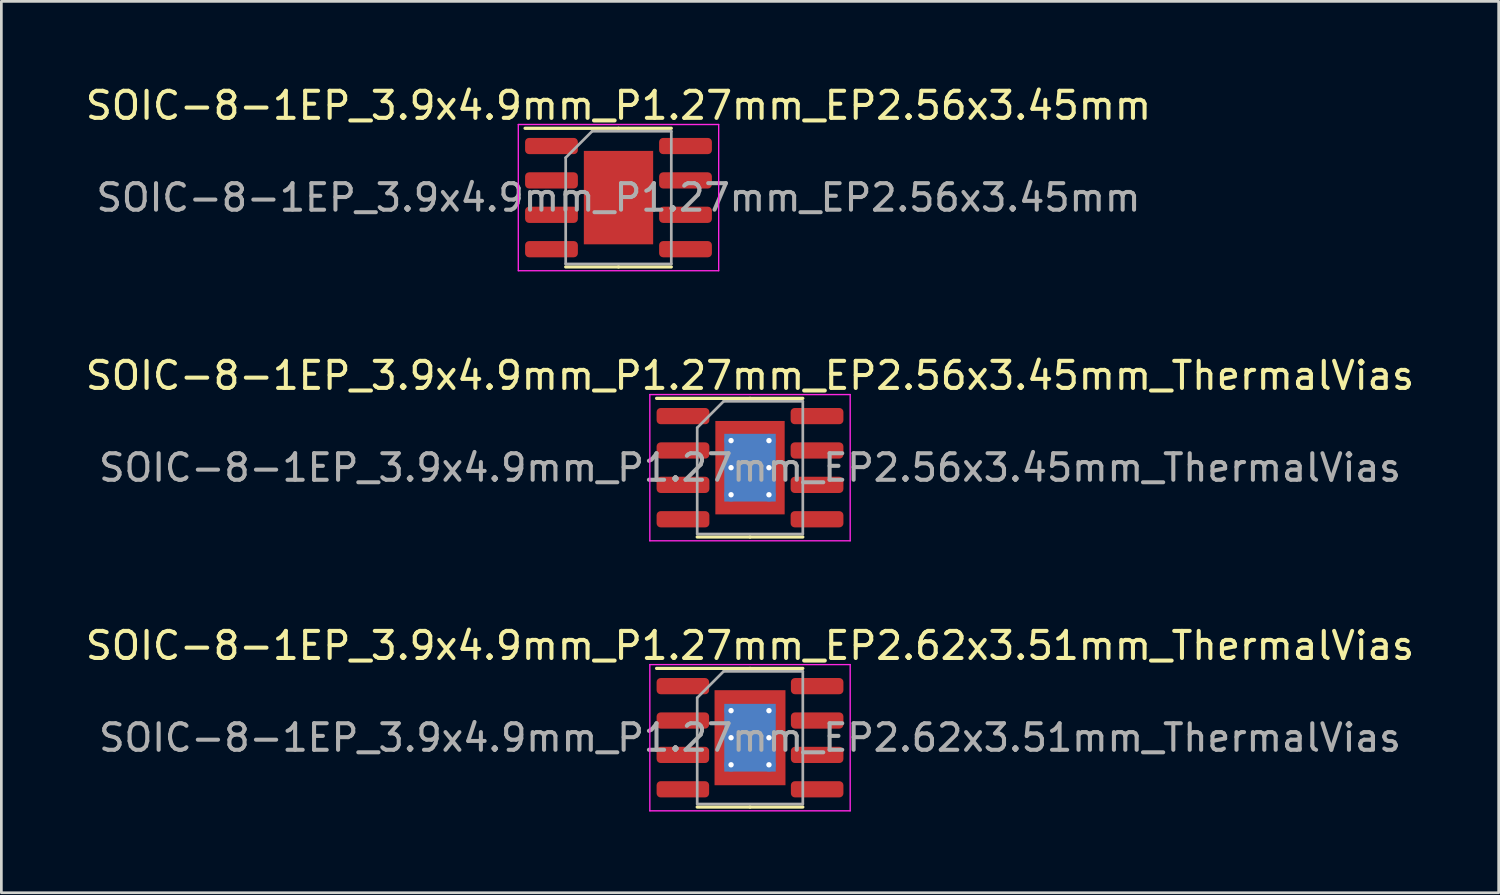
<source format=kicad_pcb>
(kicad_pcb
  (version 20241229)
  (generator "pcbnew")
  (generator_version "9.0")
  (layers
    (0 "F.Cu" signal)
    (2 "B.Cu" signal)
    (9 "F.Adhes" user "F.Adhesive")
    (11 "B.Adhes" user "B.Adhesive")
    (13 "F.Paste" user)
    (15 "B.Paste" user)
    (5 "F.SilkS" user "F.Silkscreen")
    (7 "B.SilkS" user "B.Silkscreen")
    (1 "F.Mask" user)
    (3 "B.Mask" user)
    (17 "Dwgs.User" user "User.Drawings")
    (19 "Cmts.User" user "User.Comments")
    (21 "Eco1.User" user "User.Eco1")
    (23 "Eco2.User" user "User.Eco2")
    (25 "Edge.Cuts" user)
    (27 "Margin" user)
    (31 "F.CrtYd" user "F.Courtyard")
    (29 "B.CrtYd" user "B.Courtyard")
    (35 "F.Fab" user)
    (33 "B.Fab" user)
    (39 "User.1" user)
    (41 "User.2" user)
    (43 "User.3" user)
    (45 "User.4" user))
  (footprint "SOIC-8-1EP_3.9x4.9mm_P1.27mm_EP2.56x3.45mm_ThermalVias"
    (layer "F.Cu")
    (at 24.649 14.222)
    (property "Reference" "SOIC-8-1EP_3.9x4.9mm_P1.27mm_EP2.56x3.45mm_ThermalVias" (at 0 -3.4 0) (layer "F.SilkS") (effects (font (size 1 1) (thickness 0.15))))
    (attr smd)
    (fp_line (start 0 -2.56) (end -3.45 -2.56) (stroke (width 0.12) (type solid)) (layer "F.SilkS"))
    (fp_line (start 0 -2.56) (end 1.95 -2.56) (stroke (width 0.12) (type solid)) (layer "F.SilkS"))
    (fp_line (start 0 2.56) (end -1.95 2.56) (stroke (width 0.12) (type solid)) (layer "F.SilkS"))
    (fp_line (start 0 2.56) (end 1.95 2.56) (stroke (width 0.12) (type solid)) (layer "F.SilkS"))
    (fp_line (start -3.7 -2.7) (end -3.7 2.7) (stroke (width 0.05) (type solid)) (layer "F.CrtYd"))
    (fp_line (start -3.7 2.7) (end 3.7 2.7) (stroke (width 0.05) (type solid)) (layer "F.CrtYd"))
    (fp_line (start 3.7 -2.7) (end -3.7 -2.7) (stroke (width 0.05) (type solid)) (layer "F.CrtYd"))
    (fp_line (start 3.7 2.7) (end 3.7 -2.7) (stroke (width 0.05) (type solid)) (layer "F.CrtYd"))
    (fp_line (start -1.95 -1.475) (end -0.975 -2.45) (stroke (width 0.1) (type solid)) (layer "F.Fab"))
    (fp_line (start -1.95 2.45) (end -1.95 -1.475) (stroke (width 0.1) (type solid)) (layer "F.Fab"))
    (fp_line (start -0.975 -2.45) (end 1.95 -2.45) (stroke (width 0.1) (type solid)) (layer "F.Fab"))
    (fp_line (start 1.95 -2.45) (end 1.95 2.45) (stroke (width 0.1) (type solid)) (layer "F.Fab"))
    (fp_line (start 1.95 2.45) (end -1.95 2.45) (stroke (width 0.1) (type solid)) (layer "F.Fab"))
    (fp_text user "${REFERENCE}" (at 0 0 0) (layer "F.Fab") (effects (font (size 0.98 0.98) (thickness 0.15))))
    (pad "" smd roundrect (at -0.64 -0.86) (size 1.07 1.44) (layers "F.Paste") (roundrect_rratio 0.234))
    (pad "" smd roundrect (at -0.64 0.86) (size 1.07 1.44) (layers "F.Paste") (roundrect_rratio 0.234))
    (pad "" smd roundrect (at 0.64 -0.86) (size 1.07 1.44) (layers "F.Paste") (roundrect_rratio 0.234))
    (pad "" smd roundrect (at 0.64 0.86) (size 1.07 1.44) (layers "F.Paste") (roundrect_rratio 0.234))
    (pad "1" smd roundrect (at -2.475 -1.905) (size 1.95 0.6) (layers "F.Cu" "F.Mask" "F.Paste") (roundrect_rratio 0.25))
    (pad "2" smd roundrect (at -2.475 -0.635) (size 1.95 0.6) (layers "F.Cu" "F.Mask" "F.Paste") (roundrect_rratio 0.25))
    (pad "3" smd roundrect (at -2.475 0.635) (size 1.95 0.6) (layers "F.Cu" "F.Mask" "F.Paste") (roundrect_rratio 0.25))
    (pad "4" smd roundrect (at -2.475 1.905) (size 1.95 0.6) (layers "F.Cu" "F.Mask" "F.Paste") (roundrect_rratio 0.25))
    (pad "5" smd roundrect (at 2.475 1.905) (size 1.95 0.6) (layers "F.Cu" "F.Mask" "F.Paste") (roundrect_rratio 0.25))
    (pad "6" smd roundrect (at 2.475 0.635) (size 1.95 0.6) (layers "F.Cu" "F.Mask" "F.Paste") (roundrect_rratio 0.25))
    (pad "7" smd roundrect (at 2.475 -0.635) (size 1.95 0.6) (layers "F.Cu" "F.Mask" "F.Paste") (roundrect_rratio 0.25))
    (pad "8" smd roundrect (at 2.475 -1.905) (size 1.95 0.6) (layers "F.Cu" "F.Mask" "F.Paste") (roundrect_rratio 0.25))
    (pad "9" thru_hole circle (at -0.7 -1) (size 0.5 0.5) (drill 0.2) (layers "*.Cu"))
    (pad "9" thru_hole circle (at -0.7 0) (size 0.5 0.5) (drill 0.2) (layers "*.Cu"))
    (pad "9" thru_hole circle (at -0.7 1) (size 0.5 0.5) (drill 0.2) (layers "*.Cu"))
    (pad "9" smd rect (at 0 0) (size 1.9 2.5) (layers "B.Cu"))
    (pad "9" smd rect (at 0 0) (size 2.56 3.45) (layers "F.Cu" "F.Mask"))
    (pad "9" thru_hole circle (at 0.7 -1) (size 0.5 0.5) (drill 0.2) (layers "*.Cu"))
    (pad "9" thru_hole circle (at 0.7 0) (size 0.5 0.5) (drill 0.2) (layers "*.Cu"))
    (pad "9" thru_hole circle (at 0.7 1) (size 0.5 0.5) (drill 0.2) (layers "*.Cu")))
  (footprint "SOIC-8-1EP_3.9x4.9mm_P1.27mm_EP2.56x3.45mm"
    (layer "F.Cu")
    (at 19.792 4.248)
    (property "Reference" "SOIC-8-1EP_3.9x4.9mm_P1.27mm_EP2.56x3.45mm" (at 0 -3.4 0) (layer "F.SilkS") (effects (font (size 1 1) (thickness 0.15))))
    (attr smd)
    (fp_line (start 0 -2.56) (end -3.45 -2.56) (stroke (width 0.12) (type solid)) (layer "F.SilkS"))
    (fp_line (start 0 -2.56) (end 1.95 -2.56) (stroke (width 0.12) (type solid)) (layer "F.SilkS"))
    (fp_line (start 0 2.56) (end -1.95 2.56) (stroke (width 0.12) (type solid)) (layer "F.SilkS"))
    (fp_line (start 0 2.56) (end 1.95 2.56) (stroke (width 0.12) (type solid)) (layer "F.SilkS"))
    (fp_line (start -3.7 -2.7) (end -3.7 2.7) (stroke (width 0.05) (type solid)) (layer "F.CrtYd"))
    (fp_line (start -3.7 2.7) (end 3.7 2.7) (stroke (width 0.05) (type solid)) (layer "F.CrtYd"))
    (fp_line (start 3.7 -2.7) (end -3.7 -2.7) (stroke (width 0.05) (type solid)) (layer "F.CrtYd"))
    (fp_line (start 3.7 2.7) (end 3.7 -2.7) (stroke (width 0.05) (type solid)) (layer "F.CrtYd"))
    (fp_line (start -1.95 -1.475) (end -0.975 -2.45) (stroke (width 0.1) (type solid)) (layer "F.Fab"))
    (fp_line (start -1.95 2.45) (end -1.95 -1.475) (stroke (width 0.1) (type solid)) (layer "F.Fab"))
    (fp_line (start -0.975 -2.45) (end 1.95 -2.45) (stroke (width 0.1) (type solid)) (layer "F.Fab"))
    (fp_line (start 1.95 -2.45) (end 1.95 2.45) (stroke (width 0.1) (type solid)) (layer "F.Fab"))
    (fp_line (start 1.95 2.45) (end -1.95 2.45) (stroke (width 0.1) (type solid)) (layer "F.Fab"))
    (fp_text user "${REFERENCE}" (at 0 0 0) (layer "F.Fab") (effects (font (size 0.98 0.98) (thickness 0.15))))
    (pad "" smd roundrect (at -0.64 -0.86) (size 1.03 1.39) (layers "F.Paste") (roundrect_rratio 0.243))
    (pad "" smd roundrect (at -0.64 0.86) (size 1.03 1.39) (layers "F.Paste") (roundrect_rratio 0.243))
    (pad "" smd roundrect (at 0.64 -0.86) (size 1.03 1.39) (layers "F.Paste") (roundrect_rratio 0.243))
    (pad "" smd roundrect (at 0.64 0.86) (size 1.03 1.39) (layers "F.Paste") (roundrect_rratio 0.243))
    (pad "1" smd roundrect (at -2.475 -1.905) (size 1.95 0.6) (layers "F.Cu" "F.Mask" "F.Paste") (roundrect_rratio 0.25))
    (pad "2" smd roundrect (at -2.475 -0.635) (size 1.95 0.6) (layers "F.Cu" "F.Mask" "F.Paste") (roundrect_rratio 0.25))
    (pad "3" smd roundrect (at -2.475 0.635) (size 1.95 0.6) (layers "F.Cu" "F.Mask" "F.Paste") (roundrect_rratio 0.25))
    (pad "4" smd roundrect (at -2.475 1.905) (size 1.95 0.6) (layers "F.Cu" "F.Mask" "F.Paste") (roundrect_rratio 0.25))
    (pad "5" smd roundrect (at 2.475 1.905) (size 1.95 0.6) (layers "F.Cu" "F.Mask" "F.Paste") (roundrect_rratio 0.25))
    (pad "6" smd roundrect (at 2.475 0.635) (size 1.95 0.6) (layers "F.Cu" "F.Mask" "F.Paste") (roundrect_rratio 0.25))
    (pad "7" smd roundrect (at 2.475 -0.635) (size 1.95 0.6) (layers "F.Cu" "F.Mask" "F.Paste") (roundrect_rratio 0.25))
    (pad "8" smd roundrect (at 2.475 -1.905) (size 1.95 0.6) (layers "F.Cu" "F.Mask" "F.Paste") (roundrect_rratio 0.25))
    (pad "9" smd rect (at 0 0) (size 2.56 3.45) (layers "F.Cu" "F.Mask")))
  (footprint "SOIC-8-1EP_3.9x4.9mm_P1.27mm_EP2.62x3.51mm_ThermalVias"
    (layer "F.Cu")
    (at 24.649 24.195)
    (property "Reference" "SOIC-8-1EP_3.9x4.9mm_P1.27mm_EP2.62x3.51mm_ThermalVias" (at 0 -3.4 0) (layer "F.SilkS") (effects (font (size 1 1) (thickness 0.15))))
    (attr smd)
    (fp_line (start 0 -2.56) (end -3.45 -2.56) (stroke (width 0.12) (type solid)) (layer "F.SilkS"))
    (fp_line (start 0 -2.56) (end 1.95 -2.56) (stroke (width 0.12) (type solid)) (layer "F.SilkS"))
    (fp_line (start 0 2.56) (end -1.95 2.56) (stroke (width 0.12) (type solid)) (layer "F.SilkS"))
    (fp_line (start 0 2.56) (end 1.95 2.56) (stroke (width 0.12) (type solid)) (layer "F.SilkS"))
    (fp_line (start -3.7 -2.7) (end -3.7 2.7) (stroke (width 0.05) (type solid)) (layer "F.CrtYd"))
    (fp_line (start -3.7 2.7) (end 3.7 2.7) (stroke (width 0.05) (type solid)) (layer "F.CrtYd"))
    (fp_line (start 3.7 -2.7) (end -3.7 -2.7) (stroke (width 0.05) (type solid)) (layer "F.CrtYd"))
    (fp_line (start 3.7 2.7) (end 3.7 -2.7) (stroke (width 0.05) (type solid)) (layer "F.CrtYd"))
    (fp_line (start -1.95 -1.475) (end -0.975 -2.45) (stroke (width 0.1) (type solid)) (layer "F.Fab"))
    (fp_line (start -1.95 2.45) (end -1.95 -1.475) (stroke (width 0.1) (type solid)) (layer "F.Fab"))
    (fp_line (start -0.975 -2.45) (end 1.95 -2.45) (stroke (width 0.1) (type solid)) (layer "F.Fab"))
    (fp_line (start 1.95 -2.45) (end 1.95 2.45) (stroke (width 0.1) (type solid)) (layer "F.Fab"))
    (fp_line (start 1.95 2.45) (end -1.95 2.45) (stroke (width 0.1) (type solid)) (layer "F.Fab"))
    (fp_text user "${REFERENCE}" (at 0 0 0) (layer "F.Fab") (effects (font (size 0.98 0.98) (thickness 0.15))))
    (pad "" smd roundrect (at -0.655 -0.875) (size 1.1 1.47) (layers "F.Paste") (roundrect_rratio 0.227))
    (pad "" smd roundrect (at -0.655 0.875) (size 1.1 1.47) (layers "F.Paste") (roundrect_rratio 0.227))
    (pad "" smd roundrect (at 0.655 -0.875) (size 1.1 1.47) (layers "F.Paste") (roundrect_rratio 0.227))
    (pad "" smd roundrect (at 0.655 0.875) (size 1.1 1.47) (layers "F.Paste") (roundrect_rratio 0.227))
    (pad "1" smd roundrect (at -2.48 -1.905) (size 1.94 0.6) (layers "F.Cu" "F.Mask" "F.Paste") (roundrect_rratio 0.25))
    (pad "2" smd roundrect (at -2.48 -0.635) (size 1.94 0.6) (layers "F.Cu" "F.Mask" "F.Paste") (roundrect_rratio 0.25))
    (pad "3" smd roundrect (at -2.48 0.635) (size 1.94 0.6) (layers "F.Cu" "F.Mask" "F.Paste") (roundrect_rratio 0.25))
    (pad "4" smd roundrect (at -2.48 1.905) (size 1.94 0.6) (layers "F.Cu" "F.Mask" "F.Paste") (roundrect_rratio 0.25))
    (pad "5" smd roundrect (at 2.48 1.905) (size 1.94 0.6) (layers "F.Cu" "F.Mask" "F.Paste") (roundrect_rratio 0.25))
    (pad "6" smd roundrect (at 2.48 0.635) (size 1.94 0.6) (layers "F.Cu" "F.Mask" "F.Paste") (roundrect_rratio 0.25))
    (pad "7" smd roundrect (at 2.48 -0.635) (size 1.94 0.6) (layers "F.Cu" "F.Mask" "F.Paste") (roundrect_rratio 0.25))
    (pad "8" smd roundrect (at 2.48 -1.905) (size 1.94 0.6) (layers "F.Cu" "F.Mask" "F.Paste") (roundrect_rratio 0.25))
    (pad "9" thru_hole circle (at -0.7 -1) (size 0.5 0.5) (drill 0.2) (layers "*.Cu"))
    (pad "9" thru_hole circle (at -0.7 0) (size 0.5 0.5) (drill 0.2) (layers "*.Cu"))
    (pad "9" thru_hole circle (at -0.7 1) (size 0.5 0.5) (drill 0.2) (layers "*.Cu"))
    (pad "9" smd rect (at 0 0) (size 1.9 2.5) (layers "B.Cu"))
    (pad "9" smd rect (at 0 0) (size 2.62 3.51) (layers "F.Cu" "F.Mask"))
    (pad "9" thru_hole circle (at 0.7 -1) (size 0.5 0.5) (drill 0.2) (layers "*.Cu"))
    (pad "9" thru_hole circle (at 0.7 0) (size 0.5 0.5) (drill 0.2) (layers "*.Cu"))
    (pad "9" thru_hole circle (at 0.7 1) (size 0.5 0.5) (drill 0.2) (layers "*.Cu")))
  (gr_rect
    (start -3 -3)
    (end 52.298 29.92)
    (stroke (width 0.1) (type default))
    (fill no)
    (layer "Edge.Cuts")))
</source>
